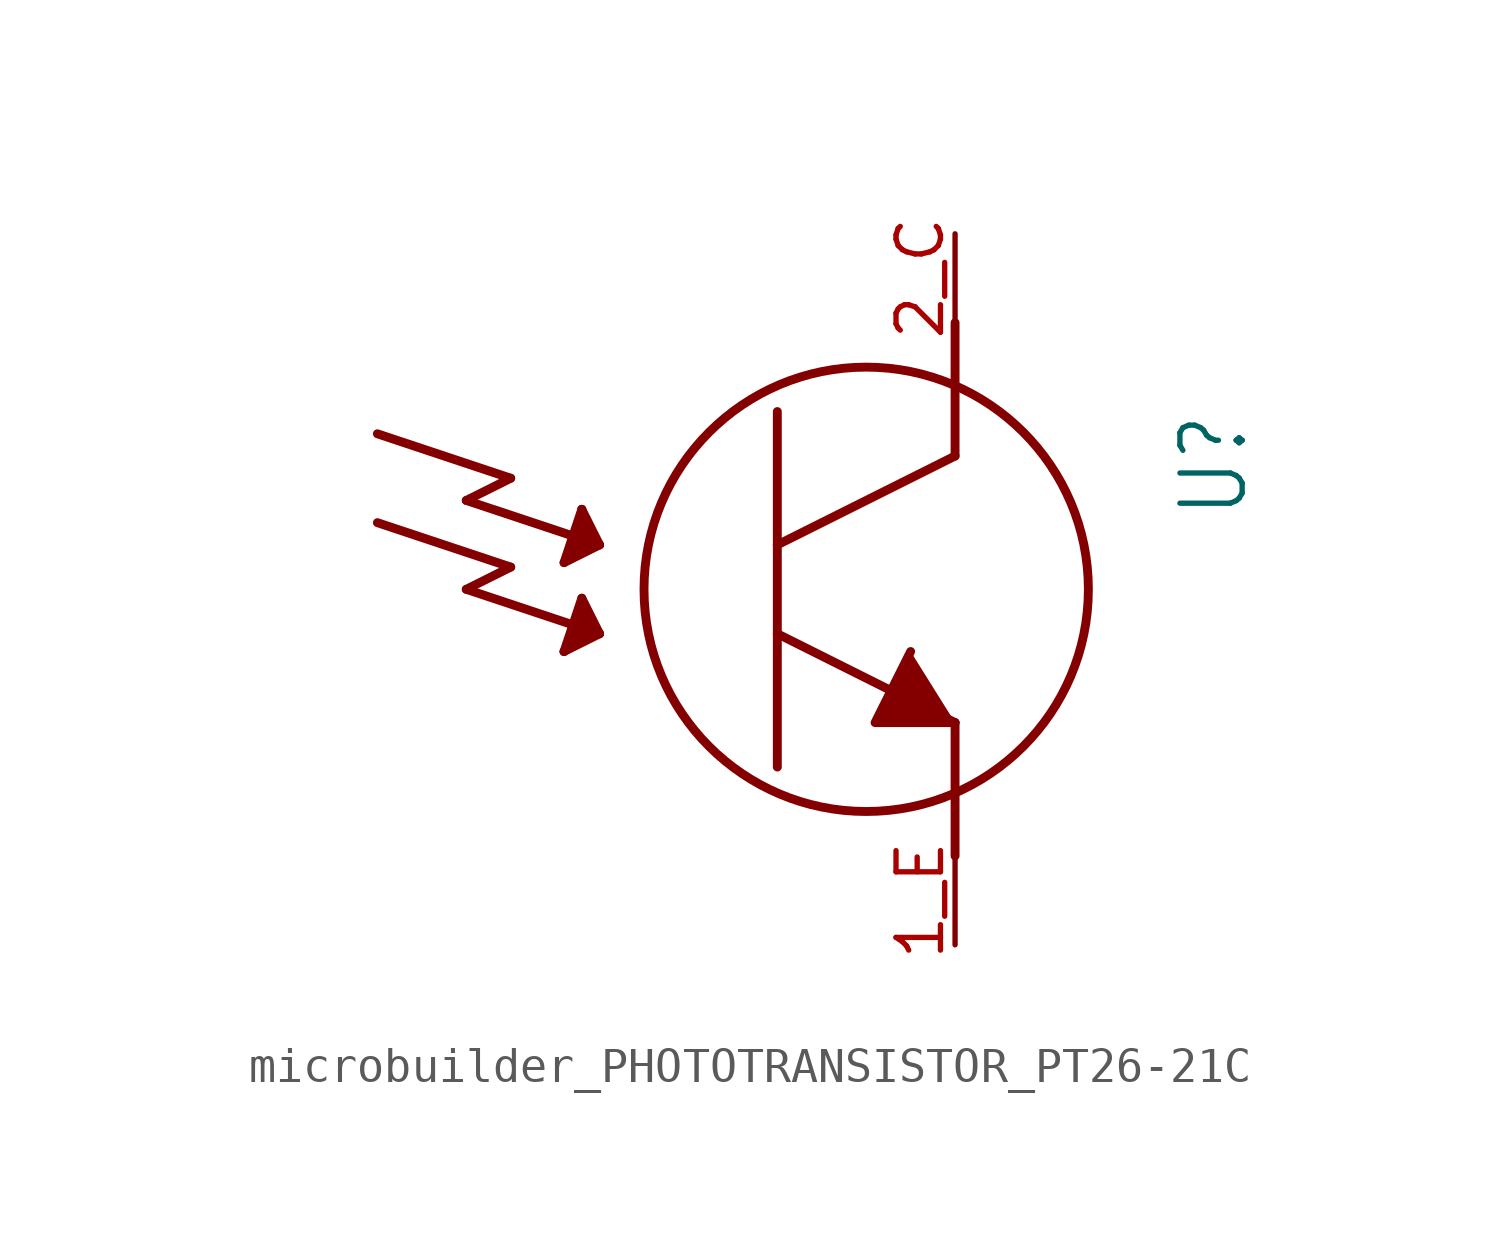
<source format=kicad_sym>
(kicad_symbol_lib
  (version 20231120)
  (generator "kicad_symbol_editor")
  (generator_version "8.0")
  (symbol "microbuilder_PHOTOTRANSISTOR_PT26-21C"
    (property "Reference" "U"
      (at 8.89 5.08 90)
      (effects (font (size 1.778 1.511)) (justify right top)))
    (property "Value" ""
      (at -17.78 5.08 90)
      (effects (font (size 1.778 1.511)) (justify right top)))
    (property "ki_locked" ""
      (at 0 0 0)
      (effects (font (size 1.27 1.27))))
    (symbol "microbuilder_PHOTOTRANSISTOR_PT26-21C_1_0"
      (polyline (pts (xy -13.97 1.905) (xy -10.16 0.635)) (stroke (width 0.254) (type solid)) (fill (type none)))
      (polyline (pts (xy -13.97 4.445) (xy -10.16 3.175)) (stroke (width 0.254) (type solid)) (fill (type none)))
      (polyline (pts (xy -11.43 0) (xy -7.62 -1.27)) (stroke (width 0.254) (type solid)) (fill (type none)))
      (polyline (pts (xy -11.43 2.54) (xy -7.62 1.27)) (stroke (width 0.254) (type solid)) (fill (type none)))
      (polyline (pts (xy -10.16 0.635) (xy -11.43 0)) (stroke (width 0.254) (type solid)) (fill (type none)))
      (polyline (pts (xy -10.16 3.175) (xy -11.43 2.54)) (stroke (width 0.254) (type solid)) (fill (type none)))
      (polyline (pts (xy -8.636 -1.778) (xy -8.128 -0.254)) (stroke (width 0.254) (type solid)) (fill (type none)))
      (polyline (pts (xy -8.636 -1.778) (xy -7.874 -1.27)) (stroke (width 0.254) (type solid)) (fill (type none)))
      (polyline (pts (xy -8.636 0.762) (xy -7.62 1.27)) (stroke (width 0.254) (type solid)) (fill (type none)))
      (polyline (pts (xy -8.382 -1.524) (xy -8.128 -1.27)) (stroke (width 0.254) (type solid)) (fill (type none)))
      (polyline (pts (xy -8.382 -1.27) (xy -8.128 -0.508)) (stroke (width 0.254) (type solid)) (fill (type none)))
      (polyline (pts (xy -8.382 1.016) (xy -8.382 1.27)) (stroke (width 0.254) (type solid)) (fill (type none)))
      (polyline (pts (xy -8.382 1.27) (xy -8.128 1.27)) (stroke (width 0.254) (type solid)) (fill (type none)))
      (polyline (pts (xy -8.128 -1.27) (xy -8.382 -1.27)) (stroke (width 0.254) (type solid)) (fill (type none)))
      (polyline (pts (xy -8.128 -1.016) (xy -7.874 -1.016)) (stroke (width 0.254) (type solid)) (fill (type none)))
      (polyline (pts (xy -8.128 -0.762) (xy -8.128 -1.016)) (stroke (width 0.254) (type solid)) (fill (type none)))
      (polyline (pts (xy -8.128 -0.508) (xy -8.128 -0.762)) (stroke (width 0.254) (type solid)) (fill (type none)))
      (polyline (pts (xy -8.128 -0.254) (xy -7.62 -1.27)) (stroke (width 0.254) (type solid)) (fill (type none)))
      (polyline (pts (xy -8.128 1.27) (xy -7.874 1.27)) (stroke (width 0.254) (type solid)) (fill (type none)))
      (polyline (pts (xy -8.128 1.524) (xy -8.128 1.27)) (stroke (width 0.254) (type solid)) (fill (type none)))
      (polyline (pts (xy -8.128 1.524) (xy -7.874 1.524)) (stroke (width 0.254) (type solid)) (fill (type none)))
      (polyline (pts (xy -8.128 1.778) (xy -8.128 1.524)) (stroke (width 0.254) (type solid)) (fill (type none)))
      (polyline (pts (xy -8.128 2.286) (xy -8.636 0.762)) (stroke (width 0.254) (type solid)) (fill (type none)))
      (polyline (pts (xy -8.128 2.286) (xy -8.128 1.778)) (stroke (width 0.254) (type solid)) (fill (type none)))
      (polyline (pts (xy -7.874 -1.27) (xy -8.382 -1.524)) (stroke (width 0.254) (type solid)) (fill (type none)))
      (polyline (pts (xy -7.874 -1.016) (xy -8.128 -0.762)) (stroke (width 0.254) (type solid)) (fill (type none)))
      (polyline (pts (xy -7.874 1.27) (xy -8.382 1.016)) (stroke (width 0.254) (type solid)) (fill (type none)))
      (polyline (pts (xy -7.874 1.524) (xy -8.128 1.778)) (stroke (width 0.254) (type solid)) (fill (type none)))
      (polyline (pts (xy -7.62 -1.27) (xy -8.636 -1.778)) (stroke (width 0.254) (type solid)) (fill (type none)))
      (polyline (pts (xy -7.62 1.27) (xy -8.128 2.286)) (stroke (width 0.254) (type solid)) (fill (type none)))
      (polyline (pts (xy -2.54 -1.27) (xy -2.54 -5.08)) (stroke (width 0.254) (type solid)) (fill (type none)))
      (polyline (pts (xy -2.54 -1.27) (xy 2.54 -3.81)) (stroke (width 0.254) (type solid)) (fill (type none)))
      (polyline (pts (xy -2.54 1.27) (xy -2.54 -1.27)) (stroke (width 0.254) (type solid)) (fill (type none)))
      (polyline (pts (xy -2.54 5.08) (xy -2.54 1.27)) (stroke (width 0.254) (type solid)) (fill (type none)))
      (polyline (pts (xy 2.54 -3.81) (xy 2.54 -7.62)) (stroke (width 0.254) (type solid)) (fill (type none)))
      (polyline (pts (xy 2.54 3.81) (xy -2.54 1.27)) (stroke (width 0.254) (type solid)) (fill (type none)))
      (polyline (pts (xy 2.54 7.62) (xy 2.54 3.81)) (stroke (width 0.254) (type solid)) (fill (type none)))
      (polyline (pts (xy 1.27 -1.778) (xy 0.254 -3.81) (xy 2.54 -3.81)) (stroke (width 0.254) (type solid)) (fill (type outline)))
      (circle (center 0 0) (radius 6.35) (stroke (width 0.254) (type solid)) (fill (type none)))
      (pin bidirectional line (at 2.54 -10.16 90) (length 2.54) (name "E" (effects (font (size 0 0)))) (number "1_E" (effects (font (size 1.27 1.27)))))
      (pin bidirectional line (at 2.54 10.16 270) (length 2.54) (name "C" (effects (font (size 0 0)))) (number "2_C" (effects (font (size 1.27 1.27))))))))
</source>
